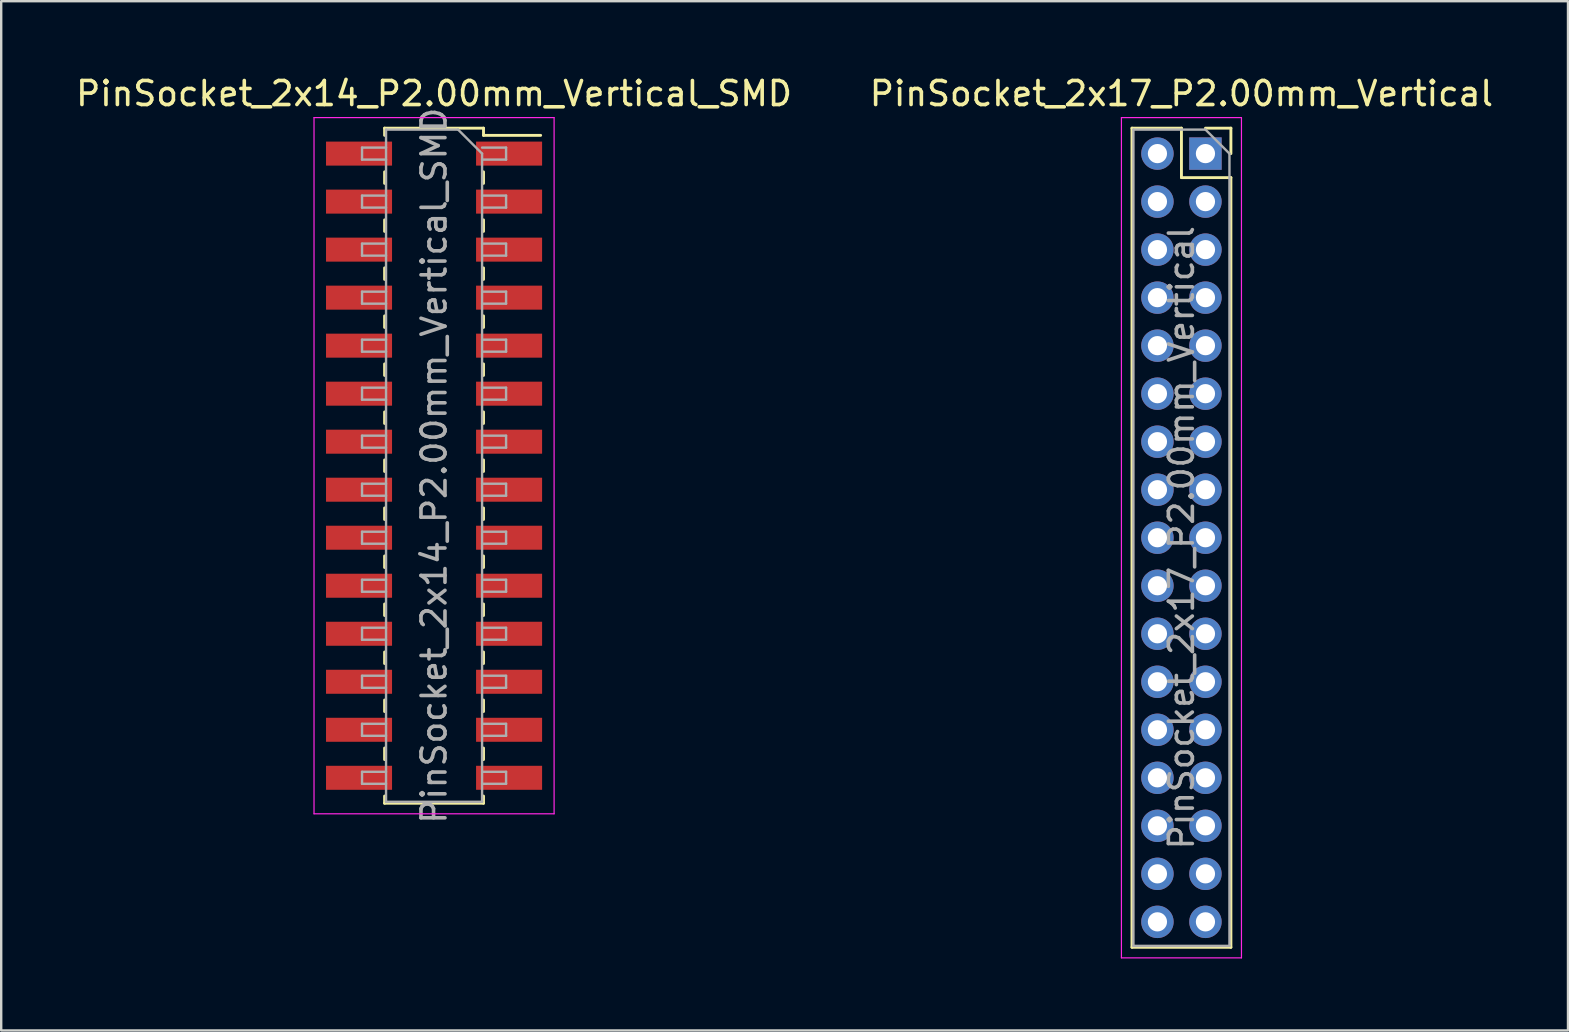
<source format=kicad_pcb>
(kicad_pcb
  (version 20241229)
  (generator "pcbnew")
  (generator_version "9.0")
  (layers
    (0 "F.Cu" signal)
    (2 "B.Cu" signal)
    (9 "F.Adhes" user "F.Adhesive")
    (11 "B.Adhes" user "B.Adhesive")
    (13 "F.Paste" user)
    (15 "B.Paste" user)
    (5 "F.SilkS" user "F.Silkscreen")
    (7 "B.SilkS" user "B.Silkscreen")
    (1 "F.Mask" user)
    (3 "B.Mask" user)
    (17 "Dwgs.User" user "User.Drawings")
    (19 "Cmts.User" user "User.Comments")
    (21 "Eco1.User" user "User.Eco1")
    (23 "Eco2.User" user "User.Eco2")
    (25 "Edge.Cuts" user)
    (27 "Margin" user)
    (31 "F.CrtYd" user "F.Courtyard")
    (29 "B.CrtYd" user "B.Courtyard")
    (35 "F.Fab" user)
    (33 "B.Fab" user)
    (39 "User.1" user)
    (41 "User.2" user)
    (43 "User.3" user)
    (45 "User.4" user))
  (footprint "PinSocket_2x17_P2.00mm_Vertical"
    (layer "F.Cu")
    (at 47.161 3.348)
    (property "Reference" "PinSocket_2x17_P2.00mm_Vertical" (at -1 -2.5 0) (layer "F.SilkS") (effects (font (size 1 1) (thickness 0.15))))
    (attr through_hole)
    (fp_line (start -3.06 -1.06) (end -3.06 33.06) (stroke (width 0.12) (type solid)) (layer "F.SilkS"))
    (fp_line (start -3.06 -1.06) (end -1 -1.06) (stroke (width 0.12) (type solid)) (layer "F.SilkS"))
    (fp_line (start -3.06 33.06) (end 1.06 33.06) (stroke (width 0.12) (type solid)) (layer "F.SilkS"))
    (fp_line (start -1 -1.06) (end -1 1) (stroke (width 0.12) (type solid)) (layer "F.SilkS"))
    (fp_line (start -1 1) (end 1.06 1) (stroke (width 0.12) (type solid)) (layer "F.SilkS"))
    (fp_line (start 0 -1.06) (end 1.06 -1.06) (stroke (width 0.12) (type solid)) (layer "F.SilkS"))
    (fp_line (start 1.06 -1.06) (end 1.06 0) (stroke (width 0.12) (type solid)) (layer "F.SilkS"))
    (fp_line (start 1.06 1) (end 1.06 33.06) (stroke (width 0.12) (type solid)) (layer "F.SilkS"))
    (fp_line (start -3.5 -1.5) (end 1.5 -1.5) (stroke (width 0.05) (type solid)) (layer "F.CrtYd"))
    (fp_line (start -3.5 33.5) (end -3.5 -1.5) (stroke (width 0.05) (type solid)) (layer "F.CrtYd"))
    (fp_line (start 1.5 -1.5) (end 1.5 33.5) (stroke (width 0.05) (type solid)) (layer "F.CrtYd"))
    (fp_line (start 1.5 33.5) (end -3.5 33.5) (stroke (width 0.05) (type solid)) (layer "F.CrtYd"))
    (fp_line (start -3 -1) (end 0 -1) (stroke (width 0.1) (type solid)) (layer "F.Fab"))
    (fp_line (start -3 33) (end -3 -1) (stroke (width 0.1) (type solid)) (layer "F.Fab"))
    (fp_line (start 0 -1) (end 1 0) (stroke (width 0.1) (type solid)) (layer "F.Fab"))
    (fp_line (start 1 0) (end 1 33) (stroke (width 0.1) (type solid)) (layer "F.Fab"))
    (fp_line (start 1 33) (end -3 33) (stroke (width 0.1) (type solid)) (layer "F.Fab"))
    (fp_text user "${REFERENCE}" (at -1 16 90) (layer "F.Fab") (effects (font (size 1 1) (thickness 0.15))))
    (pad "1" thru_hole rect (at 0 0) (size 1.35 1.35) (drill 0.8) (layers "*.Cu" "*.Mask"))
    (pad "2" thru_hole oval (at -2 0) (size 1.35 1.35) (drill 0.8) (layers "*.Cu" "*.Mask"))
    (pad "3" thru_hole oval (at 0 2) (size 1.35 1.35) (drill 0.8) (layers "*.Cu" "*.Mask"))
    (pad "4" thru_hole oval (at -2 2) (size 1.35 1.35) (drill 0.8) (layers "*.Cu" "*.Mask"))
    (pad "5" thru_hole oval (at 0 4) (size 1.35 1.35) (drill 0.8) (layers "*.Cu" "*.Mask"))
    (pad "6" thru_hole oval (at -2 4) (size 1.35 1.35) (drill 0.8) (layers "*.Cu" "*.Mask"))
    (pad "7" thru_hole oval (at 0 6) (size 1.35 1.35) (drill 0.8) (layers "*.Cu" "*.Mask"))
    (pad "8" thru_hole oval (at -2 6) (size 1.35 1.35) (drill 0.8) (layers "*.Cu" "*.Mask"))
    (pad "9" thru_hole oval (at 0 8) (size 1.35 1.35) (drill 0.8) (layers "*.Cu" "*.Mask"))
    (pad "10" thru_hole oval (at -2 8) (size 1.35 1.35) (drill 0.8) (layers "*.Cu" "*.Mask"))
    (pad "11" thru_hole oval (at 0 10) (size 1.35 1.35) (drill 0.8) (layers "*.Cu" "*.Mask"))
    (pad "12" thru_hole oval (at -2 10) (size 1.35 1.35) (drill 0.8) (layers "*.Cu" "*.Mask"))
    (pad "13" thru_hole oval (at 0 12) (size 1.35 1.35) (drill 0.8) (layers "*.Cu" "*.Mask"))
    (pad "14" thru_hole oval (at -2 12) (size 1.35 1.35) (drill 0.8) (layers "*.Cu" "*.Mask"))
    (pad "15" thru_hole oval (at 0 14) (size 1.35 1.35) (drill 0.8) (layers "*.Cu" "*.Mask"))
    (pad "16" thru_hole oval (at -2 14) (size 1.35 1.35) (drill 0.8) (layers "*.Cu" "*.Mask"))
    (pad "17" thru_hole oval (at 0 16) (size 1.35 1.35) (drill 0.8) (layers "*.Cu" "*.Mask"))
    (pad "18" thru_hole oval (at -2 16) (size 1.35 1.35) (drill 0.8) (layers "*.Cu" "*.Mask"))
    (pad "19" thru_hole oval (at 0 18) (size 1.35 1.35) (drill 0.8) (layers "*.Cu" "*.Mask"))
    (pad "20" thru_hole oval (at -2 18) (size 1.35 1.35) (drill 0.8) (layers "*.Cu" "*.Mask"))
    (pad "21" thru_hole oval (at 0 20) (size 1.35 1.35) (drill 0.8) (layers "*.Cu" "*.Mask"))
    (pad "22" thru_hole oval (at -2 20) (size 1.35 1.35) (drill 0.8) (layers "*.Cu" "*.Mask"))
    (pad "23" thru_hole oval (at 0 22) (size 1.35 1.35) (drill 0.8) (layers "*.Cu" "*.Mask"))
    (pad "24" thru_hole oval (at -2 22) (size 1.35 1.35) (drill 0.8) (layers "*.Cu" "*.Mask"))
    (pad "25" thru_hole oval (at 0 24) (size 1.35 1.35) (drill 0.8) (layers "*.Cu" "*.Mask"))
    (pad "26" thru_hole oval (at -2 24) (size 1.35 1.35) (drill 0.8) (layers "*.Cu" "*.Mask"))
    (pad "27" thru_hole oval (at 0 26) (size 1.35 1.35) (drill 0.8) (layers "*.Cu" "*.Mask"))
    (pad "28" thru_hole oval (at -2 26) (size 1.35 1.35) (drill 0.8) (layers "*.Cu" "*.Mask"))
    (pad "29" thru_hole oval (at 0 28) (size 1.35 1.35) (drill 0.8) (layers "*.Cu" "*.Mask"))
    (pad "30" thru_hole oval (at -2 28) (size 1.35 1.35) (drill 0.8) (layers "*.Cu" "*.Mask"))
    (pad "31" thru_hole oval (at 0 30) (size 1.35 1.35) (drill 0.8) (layers "*.Cu" "*.Mask"))
    (pad "32" thru_hole oval (at -2 30) (size 1.35 1.35) (drill 0.8) (layers "*.Cu" "*.Mask"))
    (pad "33" thru_hole oval (at 0 32) (size 1.35 1.35) (drill 0.8) (layers "*.Cu" "*.Mask"))
    (pad "34" thru_hole oval (at -2 32) (size 1.35 1.35) (drill 0.8) (layers "*.Cu" "*.Mask")))
  (footprint "PinSocket_2x14_P2.00mm_Vertical_SMD"
    (layer "F.Cu")
    (at 15.03 16.348)
    (property "Reference" "PinSocket_2x14_P2.00mm_Vertical_SMD" (at 0 -15.5 0) (layer "F.SilkS") (effects (font (size 1 1) (thickness 0.15))))
    (attr smd)
    (fp_line (start -2.06 -14.06) (end -2.06 -13.76) (stroke (width 0.12) (type solid)) (layer "F.SilkS"))
    (fp_line (start -2.06 -14.06) (end 2.06 -14.06) (stroke (width 0.12) (type solid)) (layer "F.SilkS"))
    (fp_line (start -2.06 -12.24) (end -2.06 -11.76) (stroke (width 0.12) (type solid)) (layer "F.SilkS"))
    (fp_line (start -2.06 -10.24) (end -2.06 -9.76) (stroke (width 0.12) (type solid)) (layer "F.SilkS"))
    (fp_line (start -2.06 -8.24) (end -2.06 -7.76) (stroke (width 0.12) (type solid)) (layer "F.SilkS"))
    (fp_line (start -2.06 -6.24) (end -2.06 -5.76) (stroke (width 0.12) (type solid)) (layer "F.SilkS"))
    (fp_line (start -2.06 -4.24) (end -2.06 -3.76) (stroke (width 0.12) (type solid)) (layer "F.SilkS"))
    (fp_line (start -2.06 -2.24) (end -2.06 -1.76) (stroke (width 0.12) (type solid)) (layer "F.SilkS"))
    (fp_line (start -2.06 -0.24) (end -2.06 0.24) (stroke (width 0.12) (type solid)) (layer "F.SilkS"))
    (fp_line (start -2.06 1.76) (end -2.06 2.24) (stroke (width 0.12) (type solid)) (layer "F.SilkS"))
    (fp_line (start -2.06 3.76) (end -2.06 4.24) (stroke (width 0.12) (type solid)) (layer "F.SilkS"))
    (fp_line (start -2.06 5.76) (end -2.06 6.24) (stroke (width 0.12) (type solid)) (layer "F.SilkS"))
    (fp_line (start -2.06 7.76) (end -2.06 8.24) (stroke (width 0.12) (type solid)) (layer "F.SilkS"))
    (fp_line (start -2.06 9.76) (end -2.06 10.24) (stroke (width 0.12) (type solid)) (layer "F.SilkS"))
    (fp_line (start -2.06 11.76) (end -2.06 12.24) (stroke (width 0.12) (type solid)) (layer "F.SilkS"))
    (fp_line (start -2.06 13.76) (end -2.06 14.06) (stroke (width 0.12) (type solid)) (layer "F.SilkS"))
    (fp_line (start -2.06 14.06) (end 2.06 14.06) (stroke (width 0.12) (type solid)) (layer "F.SilkS"))
    (fp_line (start 2.06 -14.06) (end 2.06 -13.76) (stroke (width 0.12) (type solid)) (layer "F.SilkS"))
    (fp_line (start 2.06 -13.76) (end 4.44 -13.76) (stroke (width 0.12) (type solid)) (layer "F.SilkS"))
    (fp_line (start 2.06 -12.24) (end 2.06 -11.76) (stroke (width 0.12) (type solid)) (layer "F.SilkS"))
    (fp_line (start 2.06 -10.24) (end 2.06 -9.76) (stroke (width 0.12) (type solid)) (layer "F.SilkS"))
    (fp_line (start 2.06 -8.24) (end 2.06 -7.76) (stroke (width 0.12) (type solid)) (layer "F.SilkS"))
    (fp_line (start 2.06 -6.24) (end 2.06 -5.76) (stroke (width 0.12) (type solid)) (layer "F.SilkS"))
    (fp_line (start 2.06 -4.24) (end 2.06 -3.76) (stroke (width 0.12) (type solid)) (layer "F.SilkS"))
    (fp_line (start 2.06 -2.24) (end 2.06 -1.76) (stroke (width 0.12) (type solid)) (layer "F.SilkS"))
    (fp_line (start 2.06 -0.24) (end 2.06 0.24) (stroke (width 0.12) (type solid)) (layer "F.SilkS"))
    (fp_line (start 2.06 1.76) (end 2.06 2.24) (stroke (width 0.12) (type solid)) (layer "F.SilkS"))
    (fp_line (start 2.06 3.76) (end 2.06 4.24) (stroke (width 0.12) (type solid)) (layer "F.SilkS"))
    (fp_line (start 2.06 5.76) (end 2.06 6.24) (stroke (width 0.12) (type solid)) (layer "F.SilkS"))
    (fp_line (start 2.06 7.76) (end 2.06 8.24) (stroke (width 0.12) (type solid)) (layer "F.SilkS"))
    (fp_line (start 2.06 9.76) (end 2.06 10.24) (stroke (width 0.12) (type solid)) (layer "F.SilkS"))
    (fp_line (start 2.06 11.76) (end 2.06 12.24) (stroke (width 0.12) (type solid)) (layer "F.SilkS"))
    (fp_line (start 2.06 13.76) (end 2.06 14.06) (stroke (width 0.12) (type solid)) (layer "F.SilkS"))
    (fp_line (start -5 -14.5) (end 5 -14.5) (stroke (width 0.05) (type solid)) (layer "F.CrtYd"))
    (fp_line (start -5 14.5) (end -5 -14.5) (stroke (width 0.05) (type solid)) (layer "F.CrtYd"))
    (fp_line (start 5 -14.5) (end 5 14.5) (stroke (width 0.05) (type solid)) (layer "F.CrtYd"))
    (fp_line (start 5 14.5) (end -5 14.5) (stroke (width 0.05) (type solid)) (layer "F.CrtYd"))
    (fp_line (start -3 -13.25) (end -2 -13.25) (stroke (width 0.1) (type solid)) (layer "F.Fab"))
    (fp_line (start -3 -12.75) (end -3 -13.25) (stroke (width 0.1) (type solid)) (layer "F.Fab"))
    (fp_line (start -3 -11.25) (end -2 -11.25) (stroke (width 0.1) (type solid)) (layer "F.Fab"))
    (fp_line (start -3 -10.75) (end -3 -11.25) (stroke (width 0.1) (type solid)) (layer "F.Fab"))
    (fp_line (start -3 -9.25) (end -2 -9.25) (stroke (width 0.1) (type solid)) (layer "F.Fab"))
    (fp_line (start -3 -8.75) (end -3 -9.25) (stroke (width 0.1) (type solid)) (layer "F.Fab"))
    (fp_line (start -3 -7.25) (end -2 -7.25) (stroke (width 0.1) (type solid)) (layer "F.Fab"))
    (fp_line (start -3 -6.75) (end -3 -7.25) (stroke (width 0.1) (type solid)) (layer "F.Fab"))
    (fp_line (start -3 -5.25) (end -2 -5.25) (stroke (width 0.1) (type solid)) (layer "F.Fab"))
    (fp_line (start -3 -4.75) (end -3 -5.25) (stroke (width 0.1) (type solid)) (layer "F.Fab"))
    (fp_line (start -3 -3.25) (end -2 -3.25) (stroke (width 0.1) (type solid)) (layer "F.Fab"))
    (fp_line (start -3 -2.75) (end -3 -3.25) (stroke (width 0.1) (type solid)) (layer "F.Fab"))
    (fp_line (start -3 -1.25) (end -2 -1.25) (stroke (width 0.1) (type solid)) (layer "F.Fab"))
    (fp_line (start -3 -0.75) (end -3 -1.25) (stroke (width 0.1) (type solid)) (layer "F.Fab"))
    (fp_line (start -3 0.75) (end -2 0.75) (stroke (width 0.1) (type solid)) (layer "F.Fab"))
    (fp_line (start -3 1.25) (end -3 0.75) (stroke (width 0.1) (type solid)) (layer "F.Fab"))
    (fp_line (start -3 2.75) (end -2 2.75) (stroke (width 0.1) (type solid)) (layer "F.Fab"))
    (fp_line (start -3 3.25) (end -3 2.75) (stroke (width 0.1) (type solid)) (layer "F.Fab"))
    (fp_line (start -3 4.75) (end -2 4.75) (stroke (width 0.1) (type solid)) (layer "F.Fab"))
    (fp_line (start -3 5.25) (end -3 4.75) (stroke (width 0.1) (type solid)) (layer "F.Fab"))
    (fp_line (start -3 6.75) (end -2 6.75) (stroke (width 0.1) (type solid)) (layer "F.Fab"))
    (fp_line (start -3 7.25) (end -3 6.75) (stroke (width 0.1) (type solid)) (layer "F.Fab"))
    (fp_line (start -3 8.75) (end -2 8.75) (stroke (width 0.1) (type solid)) (layer "F.Fab"))
    (fp_line (start -3 9.25) (end -3 8.75) (stroke (width 0.1) (type solid)) (layer "F.Fab"))
    (fp_line (start -3 10.75) (end -2 10.75) (stroke (width 0.1) (type solid)) (layer "F.Fab"))
    (fp_line (start -3 11.25) (end -3 10.75) (stroke (width 0.1) (type solid)) (layer "F.Fab"))
    (fp_line (start -3 12.75) (end -2 12.75) (stroke (width 0.1) (type solid)) (layer "F.Fab"))
    (fp_line (start -3 13.25) (end -3 12.75) (stroke (width 0.1) (type solid)) (layer "F.Fab"))
    (fp_line (start -2 -14) (end 1 -14) (stroke (width 0.1) (type solid)) (layer "F.Fab"))
    (fp_line (start -2 -12.75) (end -3 -12.75) (stroke (width 0.1) (type solid)) (layer "F.Fab"))
    (fp_line (start -2 -10.75) (end -3 -10.75) (stroke (width 0.1) (type solid)) (layer "F.Fab"))
    (fp_line (start -2 -8.75) (end -3 -8.75) (stroke (width 0.1) (type solid)) (layer "F.Fab"))
    (fp_line (start -2 -6.75) (end -3 -6.75) (stroke (width 0.1) (type solid)) (layer "F.Fab"))
    (fp_line (start -2 -4.75) (end -3 -4.75) (stroke (width 0.1) (type solid)) (layer "F.Fab"))
    (fp_line (start -2 -2.75) (end -3 -2.75) (stroke (width 0.1) (type solid)) (layer "F.Fab"))
    (fp_line (start -2 -0.75) (end -3 -0.75) (stroke (width 0.1) (type solid)) (layer "F.Fab"))
    (fp_line (start -2 1.25) (end -3 1.25) (stroke (width 0.1) (type solid)) (layer "F.Fab"))
    (fp_line (start -2 3.25) (end -3 3.25) (stroke (width 0.1) (type solid)) (layer "F.Fab"))
    (fp_line (start -2 5.25) (end -3 5.25) (stroke (width 0.1) (type solid)) (layer "F.Fab"))
    (fp_line (start -2 7.25) (end -3 7.25) (stroke (width 0.1) (type solid)) (layer "F.Fab"))
    (fp_line (start -2 9.25) (end -3 9.25) (stroke (width 0.1) (type solid)) (layer "F.Fab"))
    (fp_line (start -2 11.25) (end -3 11.25) (stroke (width 0.1) (type solid)) (layer "F.Fab"))
    (fp_line (start -2 13.25) (end -3 13.25) (stroke (width 0.1) (type solid)) (layer "F.Fab"))
    (fp_line (start -2 14) (end -2 -14) (stroke (width 0.1) (type solid)) (layer "F.Fab"))
    (fp_line (start 1 -14) (end 2 -13) (stroke (width 0.1) (type solid)) (layer "F.Fab"))
    (fp_line (start 2 -13.25) (end 3 -13.25) (stroke (width 0.1) (type solid)) (layer "F.Fab"))
    (fp_line (start 2 -13) (end 2 14) (stroke (width 0.1) (type solid)) (layer "F.Fab"))
    (fp_line (start 2 -11.25) (end 3 -11.25) (stroke (width 0.1) (type solid)) (layer "F.Fab"))
    (fp_line (start 2 -9.25) (end 3 -9.25) (stroke (width 0.1) (type solid)) (layer "F.Fab"))
    (fp_line (start 2 -7.25) (end 3 -7.25) (stroke (width 0.1) (type solid)) (layer "F.Fab"))
    (fp_line (start 2 -5.25) (end 3 -5.25) (stroke (width 0.1) (type solid)) (layer "F.Fab"))
    (fp_line (start 2 -3.25) (end 3 -3.25) (stroke (width 0.1) (type solid)) (layer "F.Fab"))
    (fp_line (start 2 -1.25) (end 3 -1.25) (stroke (width 0.1) (type solid)) (layer "F.Fab"))
    (fp_line (start 2 0.75) (end 3 0.75) (stroke (width 0.1) (type solid)) (layer "F.Fab"))
    (fp_line (start 2 2.75) (end 3 2.75) (stroke (width 0.1) (type solid)) (layer "F.Fab"))
    (fp_line (start 2 4.75) (end 3 4.75) (stroke (width 0.1) (type solid)) (layer "F.Fab"))
    (fp_line (start 2 6.75) (end 3 6.75) (stroke (width 0.1) (type solid)) (layer "F.Fab"))
    (fp_line (start 2 8.75) (end 3 8.75) (stroke (width 0.1) (type solid)) (layer "F.Fab"))
    (fp_line (start 2 10.75) (end 3 10.75) (stroke (width 0.1) (type solid)) (layer "F.Fab"))
    (fp_line (start 2 12.75) (end 3 12.75) (stroke (width 0.1) (type solid)) (layer "F.Fab"))
    (fp_line (start 2 14) (end -2 14) (stroke (width 0.1) (type solid)) (layer "F.Fab"))
    (fp_line (start 3 -13.25) (end 3 -12.75) (stroke (width 0.1) (type solid)) (layer "F.Fab"))
    (fp_line (start 3 -12.75) (end 2 -12.75) (stroke (width 0.1) (type solid)) (layer "F.Fab"))
    (fp_line (start 3 -11.25) (end 3 -10.75) (stroke (width 0.1) (type solid)) (layer "F.Fab"))
    (fp_line (start 3 -10.75) (end 2 -10.75) (stroke (width 0.1) (type solid)) (layer "F.Fab"))
    (fp_line (start 3 -9.25) (end 3 -8.75) (stroke (width 0.1) (type solid)) (layer "F.Fab"))
    (fp_line (start 3 -8.75) (end 2 -8.75) (stroke (width 0.1) (type solid)) (layer "F.Fab"))
    (fp_line (start 3 -7.25) (end 3 -6.75) (stroke (width 0.1) (type solid)) (layer "F.Fab"))
    (fp_line (start 3 -6.75) (end 2 -6.75) (stroke (width 0.1) (type solid)) (layer "F.Fab"))
    (fp_line (start 3 -5.25) (end 3 -4.75) (stroke (width 0.1) (type solid)) (layer "F.Fab"))
    (fp_line (start 3 -4.75) (end 2 -4.75) (stroke (width 0.1) (type solid)) (layer "F.Fab"))
    (fp_line (start 3 -3.25) (end 3 -2.75) (stroke (width 0.1) (type solid)) (layer "F.Fab"))
    (fp_line (start 3 -2.75) (end 2 -2.75) (stroke (width 0.1) (type solid)) (layer "F.Fab"))
    (fp_line (start 3 -1.25) (end 3 -0.75) (stroke (width 0.1) (type solid)) (layer "F.Fab"))
    (fp_line (start 3 -0.75) (end 2 -0.75) (stroke (width 0.1) (type solid)) (layer "F.Fab"))
    (fp_line (start 3 0.75) (end 3 1.25) (stroke (width 0.1) (type solid)) (layer "F.Fab"))
    (fp_line (start 3 1.25) (end 2 1.25) (stroke (width 0.1) (type solid)) (layer "F.Fab"))
    (fp_line (start 3 2.75) (end 3 3.25) (stroke (width 0.1) (type solid)) (layer "F.Fab"))
    (fp_line (start 3 3.25) (end 2 3.25) (stroke (width 0.1) (type solid)) (layer "F.Fab"))
    (fp_line (start 3 4.75) (end 3 5.25) (stroke (width 0.1) (type solid)) (layer "F.Fab"))
    (fp_line (start 3 5.25) (end 2 5.25) (stroke (width 0.1) (type solid)) (layer "F.Fab"))
    (fp_line (start 3 6.75) (end 3 7.25) (stroke (width 0.1) (type solid)) (layer "F.Fab"))
    (fp_line (start 3 7.25) (end 2 7.25) (stroke (width 0.1) (type solid)) (layer "F.Fab"))
    (fp_line (start 3 8.75) (end 3 9.25) (stroke (width 0.1) (type solid)) (layer "F.Fab"))
    (fp_line (start 3 9.25) (end 2 9.25) (stroke (width 0.1) (type solid)) (layer "F.Fab"))
    (fp_line (start 3 10.75) (end 3 11.25) (stroke (width 0.1) (type solid)) (layer "F.Fab"))
    (fp_line (start 3 11.25) (end 2 11.25) (stroke (width 0.1) (type solid)) (layer "F.Fab"))
    (fp_line (start 3 12.75) (end 3 13.25) (stroke (width 0.1) (type solid)) (layer "F.Fab"))
    (fp_line (start 3 13.25) (end 2 13.25) (stroke (width 0.1) (type solid)) (layer "F.Fab"))
    (fp_text user "${REFERENCE}" (at 0 0 90) (layer "F.Fab") (effects (font (size 1 1) (thickness 0.15))))
    (pad "1" smd rect (at 3.125 -13) (size 2.75 1) (layers "F.Cu" "F.Mask" "F.Paste"))
    (pad "2" smd rect (at -3.125 -13) (size 2.75 1) (layers "F.Cu" "F.Mask" "F.Paste"))
    (pad "3" smd rect (at 3.125 -11) (size 2.75 1) (layers "F.Cu" "F.Mask" "F.Paste"))
    (pad "4" smd rect (at -3.125 -11) (size 2.75 1) (layers "F.Cu" "F.Mask" "F.Paste"))
    (pad "5" smd rect (at 3.125 -9) (size 2.75 1) (layers "F.Cu" "F.Mask" "F.Paste"))
    (pad "6" smd rect (at -3.125 -9) (size 2.75 1) (layers "F.Cu" "F.Mask" "F.Paste"))
    (pad "7" smd rect (at 3.125 -7) (size 2.75 1) (layers "F.Cu" "F.Mask" "F.Paste"))
    (pad "8" smd rect (at -3.125 -7) (size 2.75 1) (layers "F.Cu" "F.Mask" "F.Paste"))
    (pad "9" smd rect (at 3.125 -5) (size 2.75 1) (layers "F.Cu" "F.Mask" "F.Paste"))
    (pad "10" smd rect (at -3.125 -5) (size 2.75 1) (layers "F.Cu" "F.Mask" "F.Paste"))
    (pad "11" smd rect (at 3.125 -3) (size 2.75 1) (layers "F.Cu" "F.Mask" "F.Paste"))
    (pad "12" smd rect (at -3.125 -3) (size 2.75 1) (layers "F.Cu" "F.Mask" "F.Paste"))
    (pad "13" smd rect (at 3.125 -1) (size 2.75 1) (layers "F.Cu" "F.Mask" "F.Paste"))
    (pad "14" smd rect (at -3.125 -1) (size 2.75 1) (layers "F.Cu" "F.Mask" "F.Paste"))
    (pad "15" smd rect (at 3.125 1) (size 2.75 1) (layers "F.Cu" "F.Mask" "F.Paste"))
    (pad "16" smd rect (at -3.125 1) (size 2.75 1) (layers "F.Cu" "F.Mask" "F.Paste"))
    (pad "17" smd rect (at 3.125 3) (size 2.75 1) (layers "F.Cu" "F.Mask" "F.Paste"))
    (pad "18" smd rect (at -3.125 3) (size 2.75 1) (layers "F.Cu" "F.Mask" "F.Paste"))
    (pad "19" smd rect (at 3.125 5) (size 2.75 1) (layers "F.Cu" "F.Mask" "F.Paste"))
    (pad "20" smd rect (at -3.125 5) (size 2.75 1) (layers "F.Cu" "F.Mask" "F.Paste"))
    (pad "21" smd rect (at 3.125 7) (size 2.75 1) (layers "F.Cu" "F.Mask" "F.Paste"))
    (pad "22" smd rect (at -3.125 7) (size 2.75 1) (layers "F.Cu" "F.Mask" "F.Paste"))
    (pad "23" smd rect (at 3.125 9) (size 2.75 1) (layers "F.Cu" "F.Mask" "F.Paste"))
    (pad "24" smd rect (at -3.125 9) (size 2.75 1) (layers "F.Cu" "F.Mask" "F.Paste"))
    (pad "25" smd rect (at 3.125 11) (size 2.75 1) (layers "F.Cu" "F.Mask" "F.Paste"))
    (pad "26" smd rect (at -3.125 11) (size 2.75 1) (layers "F.Cu" "F.Mask" "F.Paste"))
    (pad "27" smd rect (at 3.125 13) (size 2.75 1) (layers "F.Cu" "F.Mask" "F.Paste"))
    (pad "28" smd rect (at -3.125 13) (size 2.75 1) (layers "F.Cu" "F.Mask" "F.Paste")))
  (gr_rect
    (start -3 -3)
    (end 62.262 39.873)
    (stroke (width 0.1) (type default))
    (fill no)
    (layer "Edge.Cuts")))
</source>
